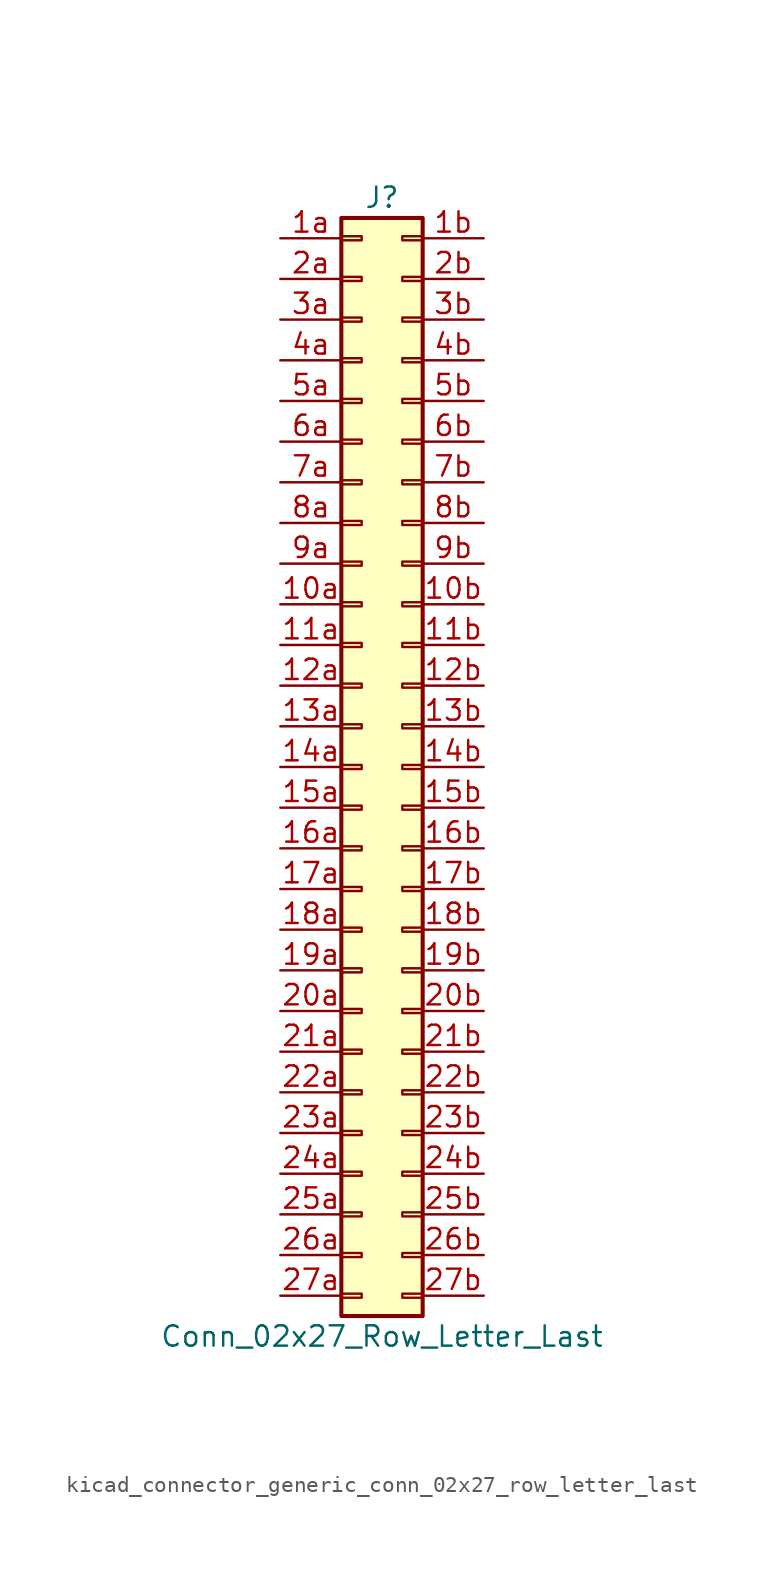
<source format=kicad_sym>
(kicad_symbol_lib
  (version 20220914)
  (generator kicad_symbol_editor)
  (symbol "kicad_connector_generic_conn_02x27_row_letter_last"
    (pin_names
      (offset 1.016) hide)
    (property "Reference" "J"
      (at 1.27 35.56 0)
      (effects (font (size 1.27 1.27))))
    (property "Value" "Conn_02x27_Row_Letter_Last"
      (at 1.27 -35.56 0)
      (effects (font (size 1.27 1.27))))
    (symbol "kicad_connector_generic_conn_02x27_row_letter_last_1_1"
      (rectangle (start -1.27 -32.893) (end 0 -33.147) (stroke (width 0.152) (type default)) (fill (type none)))
      (rectangle (start -1.27 -30.353) (end 0 -30.607) (stroke (width 0.152) (type default)) (fill (type none)))
      (rectangle (start -1.27 -27.813) (end 0 -28.067) (stroke (width 0.152) (type default)) (fill (type none)))
      (rectangle (start -1.27 -25.273) (end 0 -25.527) (stroke (width 0.152) (type default)) (fill (type none)))
      (rectangle (start -1.27 -22.733) (end 0 -22.987) (stroke (width 0.152) (type default)) (fill (type none)))
      (rectangle (start -1.27 -20.193) (end 0 -20.447) (stroke (width 0.152) (type default)) (fill (type none)))
      (rectangle (start -1.27 -17.653) (end 0 -17.907) (stroke (width 0.152) (type default)) (fill (type none)))
      (rectangle (start -1.27 -15.113) (end 0 -15.367) (stroke (width 0.152) (type default)) (fill (type none)))
      (rectangle (start -1.27 -12.573) (end 0 -12.827) (stroke (width 0.152) (type default)) (fill (type none)))
      (rectangle (start -1.27 -10.033) (end 0 -10.287) (stroke (width 0.152) (type default)) (fill (type none)))
      (rectangle (start -1.27 -7.493) (end 0 -7.747) (stroke (width 0.152) (type default)) (fill (type none)))
      (rectangle (start -1.27 -4.953) (end 0 -5.207) (stroke (width 0.152) (type default)) (fill (type none)))
      (rectangle (start -1.27 -2.413) (end 0 -2.667) (stroke (width 0.152) (type default)) (fill (type none)))
      (rectangle (start -1.27 0.127) (end 0 -0.127) (stroke (width 0.152) (type default)) (fill (type none)))
      (rectangle (start -1.27 2.667) (end 0 2.413) (stroke (width 0.152) (type default)) (fill (type none)))
      (rectangle (start -1.27 5.207) (end 0 4.953) (stroke (width 0.152) (type default)) (fill (type none)))
      (rectangle (start -1.27 7.747) (end 0 7.493) (stroke (width 0.152) (type default)) (fill (type none)))
      (rectangle (start -1.27 10.287) (end 0 10.033) (stroke (width 0.152) (type default)) (fill (type none)))
      (rectangle (start -1.27 12.827) (end 0 12.573) (stroke (width 0.152) (type default)) (fill (type none)))
      (rectangle (start -1.27 15.367) (end 0 15.113) (stroke (width 0.152) (type default)) (fill (type none)))
      (rectangle (start -1.27 17.907) (end 0 17.653) (stroke (width 0.152) (type default)) (fill (type none)))
      (rectangle (start -1.27 20.447) (end 0 20.193) (stroke (width 0.152) (type default)) (fill (type none)))
      (rectangle (start -1.27 22.987) (end 0 22.733) (stroke (width 0.152) (type default)) (fill (type none)))
      (rectangle (start -1.27 25.527) (end 0 25.273) (stroke (width 0.152) (type default)) (fill (type none)))
      (rectangle (start -1.27 28.067) (end 0 27.813) (stroke (width 0.152) (type default)) (fill (type none)))
      (rectangle (start -1.27 30.607) (end 0 30.353) (stroke (width 0.152) (type default)) (fill (type none)))
      (rectangle (start -1.27 33.147) (end 0 32.893) (stroke (width 0.152) (type default)) (fill (type none)))
      (rectangle (start -1.27 34.29) (end 3.81 -34.29) (stroke (width 0.254) (type default)) (fill (type background)))
      (rectangle (start 3.81 -32.893) (end 2.54 -33.147) (stroke (width 0.152) (type default)) (fill (type none)))
      (rectangle (start 3.81 -30.353) (end 2.54 -30.607) (stroke (width 0.152) (type default)) (fill (type none)))
      (rectangle (start 3.81 -27.813) (end 2.54 -28.067) (stroke (width 0.152) (type default)) (fill (type none)))
      (rectangle (start 3.81 -25.273) (end 2.54 -25.527) (stroke (width 0.152) (type default)) (fill (type none)))
      (rectangle (start 3.81 -22.733) (end 2.54 -22.987) (stroke (width 0.152) (type default)) (fill (type none)))
      (rectangle (start 3.81 -20.193) (end 2.54 -20.447) (stroke (width 0.152) (type default)) (fill (type none)))
      (rectangle (start 3.81 -17.653) (end 2.54 -17.907) (stroke (width 0.152) (type default)) (fill (type none)))
      (rectangle (start 3.81 -15.113) (end 2.54 -15.367) (stroke (width 0.152) (type default)) (fill (type none)))
      (rectangle (start 3.81 -12.573) (end 2.54 -12.827) (stroke (width 0.152) (type default)) (fill (type none)))
      (rectangle (start 3.81 -10.033) (end 2.54 -10.287) (stroke (width 0.152) (type default)) (fill (type none)))
      (rectangle (start 3.81 -7.493) (end 2.54 -7.747) (stroke (width 0.152) (type default)) (fill (type none)))
      (rectangle (start 3.81 -4.953) (end 2.54 -5.207) (stroke (width 0.152) (type default)) (fill (type none)))
      (rectangle (start 3.81 -2.413) (end 2.54 -2.667) (stroke (width 0.152) (type default)) (fill (type none)))
      (rectangle (start 3.81 0.127) (end 2.54 -0.127) (stroke (width 0.152) (type default)) (fill (type none)))
      (rectangle (start 3.81 2.667) (end 2.54 2.413) (stroke (width 0.152) (type default)) (fill (type none)))
      (rectangle (start 3.81 5.207) (end 2.54 4.953) (stroke (width 0.152) (type default)) (fill (type none)))
      (rectangle (start 3.81 7.747) (end 2.54 7.493) (stroke (width 0.152) (type default)) (fill (type none)))
      (rectangle (start 3.81 10.287) (end 2.54 10.033) (stroke (width 0.152) (type default)) (fill (type none)))
      (rectangle (start 3.81 12.827) (end 2.54 12.573) (stroke (width 0.152) (type default)) (fill (type none)))
      (rectangle (start 3.81 15.367) (end 2.54 15.113) (stroke (width 0.152) (type default)) (fill (type none)))
      (rectangle (start 3.81 17.907) (end 2.54 17.653) (stroke (width 0.152) (type default)) (fill (type none)))
      (rectangle (start 3.81 20.447) (end 2.54 20.193) (stroke (width 0.152) (type default)) (fill (type none)))
      (rectangle (start 3.81 22.987) (end 2.54 22.733) (stroke (width 0.152) (type default)) (fill (type none)))
      (rectangle (start 3.81 25.527) (end 2.54 25.273) (stroke (width 0.152) (type default)) (fill (type none)))
      (rectangle (start 3.81 28.067) (end 2.54 27.813) (stroke (width 0.152) (type default)) (fill (type none)))
      (rectangle (start 3.81 30.607) (end 2.54 30.353) (stroke (width 0.152) (type default)) (fill (type none)))
      (rectangle (start 3.81 33.147) (end 2.54 32.893) (stroke (width 0.152) (type default)) (fill (type none)))
      (pin passive line (at -5.08 10.16 0) (length 3.81) (name "Pin_10a" (effects (font (size 1.27 1.27)))) (number "10a" (effects (font (size 1.27 1.27)))))
      (pin passive line (at 7.62 10.16 180) (length 3.81) (name "Pin_10b" (effects (font (size 1.27 1.27)))) (number "10b" (effects (font (size 1.27 1.27)))))
      (pin passive line (at -5.08 7.62 0) (length 3.81) (name "Pin_11a" (effects (font (size 1.27 1.27)))) (number "11a" (effects (font (size 1.27 1.27)))))
      (pin passive line (at 7.62 7.62 180) (length 3.81) (name "Pin_11b" (effects (font (size 1.27 1.27)))) (number "11b" (effects (font (size 1.27 1.27)))))
      (pin passive line (at -5.08 5.08 0) (length 3.81) (name "Pin_12a" (effects (font (size 1.27 1.27)))) (number "12a" (effects (font (size 1.27 1.27)))))
      (pin passive line (at 7.62 5.08 180) (length 3.81) (name "Pin_12b" (effects (font (size 1.27 1.27)))) (number "12b" (effects (font (size 1.27 1.27)))))
      (pin passive line (at -5.08 2.54 0) (length 3.81) (name "Pin_13a" (effects (font (size 1.27 1.27)))) (number "13a" (effects (font (size 1.27 1.27)))))
      (pin passive line (at 7.62 2.54 180) (length 3.81) (name "Pin_13b" (effects (font (size 1.27 1.27)))) (number "13b" (effects (font (size 1.27 1.27)))))
      (pin passive line (at -5.08 0 0) (length 3.81) (name "Pin_14a" (effects (font (size 1.27 1.27)))) (number "14a" (effects (font (size 1.27 1.27)))))
      (pin passive line (at 7.62 0 180) (length 3.81) (name "Pin_14b" (effects (font (size 1.27 1.27)))) (number "14b" (effects (font (size 1.27 1.27)))))
      (pin passive line (at -5.08 -2.54 0) (length 3.81) (name "Pin_15a" (effects (font (size 1.27 1.27)))) (number "15a" (effects (font (size 1.27 1.27)))))
      (pin passive line (at 7.62 -2.54 180) (length 3.81) (name "Pin_15b" (effects (font (size 1.27 1.27)))) (number "15b" (effects (font (size 1.27 1.27)))))
      (pin passive line (at -5.08 -5.08 0) (length 3.81) (name "Pin_16a" (effects (font (size 1.27 1.27)))) (number "16a" (effects (font (size 1.27 1.27)))))
      (pin passive line (at 7.62 -5.08 180) (length 3.81) (name "Pin_16b" (effects (font (size 1.27 1.27)))) (number "16b" (effects (font (size 1.27 1.27)))))
      (pin passive line (at -5.08 -7.62 0) (length 3.81) (name "Pin_17a" (effects (font (size 1.27 1.27)))) (number "17a" (effects (font (size 1.27 1.27)))))
      (pin passive line (at 7.62 -7.62 180) (length 3.81) (name "Pin_17b" (effects (font (size 1.27 1.27)))) (number "17b" (effects (font (size 1.27 1.27)))))
      (pin passive line (at -5.08 -10.16 0) (length 3.81) (name "Pin_18a" (effects (font (size 1.27 1.27)))) (number "18a" (effects (font (size 1.27 1.27)))))
      (pin passive line (at 7.62 -10.16 180) (length 3.81) (name "Pin_18b" (effects (font (size 1.27 1.27)))) (number "18b" (effects (font (size 1.27 1.27)))))
      (pin passive line (at -5.08 -12.7 0) (length 3.81) (name "Pin_19a" (effects (font (size 1.27 1.27)))) (number "19a" (effects (font (size 1.27 1.27)))))
      (pin passive line (at 7.62 -12.7 180) (length 3.81) (name "Pin_19b" (effects (font (size 1.27 1.27)))) (number "19b" (effects (font (size 1.27 1.27)))))
      (pin passive line (at -5.08 33.02 0) (length 3.81) (name "Pin_1a" (effects (font (size 1.27 1.27)))) (number "1a" (effects (font (size 1.27 1.27)))))
      (pin passive line (at 7.62 33.02 180) (length 3.81) (name "Pin_1b" (effects (font (size 1.27 1.27)))) (number "1b" (effects (font (size 1.27 1.27)))))
      (pin passive line (at -5.08 -15.24 0) (length 3.81) (name "Pin_20a" (effects (font (size 1.27 1.27)))) (number "20a" (effects (font (size 1.27 1.27)))))
      (pin passive line (at 7.62 -15.24 180) (length 3.81) (name "Pin_20b" (effects (font (size 1.27 1.27)))) (number "20b" (effects (font (size 1.27 1.27)))))
      (pin passive line (at -5.08 -17.78 0) (length 3.81) (name "Pin_21a" (effects (font (size 1.27 1.27)))) (number "21a" (effects (font (size 1.27 1.27)))))
      (pin passive line (at 7.62 -17.78 180) (length 3.81) (name "Pin_21b" (effects (font (size 1.27 1.27)))) (number "21b" (effects (font (size 1.27 1.27)))))
      (pin passive line (at -5.08 -20.32 0) (length 3.81) (name "Pin_22a" (effects (font (size 1.27 1.27)))) (number "22a" (effects (font (size 1.27 1.27)))))
      (pin passive line (at 7.62 -20.32 180) (length 3.81) (name "Pin_22b" (effects (font (size 1.27 1.27)))) (number "22b" (effects (font (size 1.27 1.27)))))
      (pin passive line (at -5.08 -22.86 0) (length 3.81) (name "Pin_23a" (effects (font (size 1.27 1.27)))) (number "23a" (effects (font (size 1.27 1.27)))))
      (pin passive line (at 7.62 -22.86 180) (length 3.81) (name "Pin_23b" (effects (font (size 1.27 1.27)))) (number "23b" (effects (font (size 1.27 1.27)))))
      (pin passive line (at -5.08 -25.4 0) (length 3.81) (name "Pin_24a" (effects (font (size 1.27 1.27)))) (number "24a" (effects (font (size 1.27 1.27)))))
      (pin passive line (at 7.62 -25.4 180) (length 3.81) (name "Pin_24b" (effects (font (size 1.27 1.27)))) (number "24b" (effects (font (size 1.27 1.27)))))
      (pin passive line (at -5.08 -27.94 0) (length 3.81) (name "Pin_25a" (effects (font (size 1.27 1.27)))) (number "25a" (effects (font (size 1.27 1.27)))))
      (pin passive line (at 7.62 -27.94 180) (length 3.81) (name "Pin_25b" (effects (font (size 1.27 1.27)))) (number "25b" (effects (font (size 1.27 1.27)))))
      (pin passive line (at -5.08 -30.48 0) (length 3.81) (name "Pin_26a" (effects (font (size 1.27 1.27)))) (number "26a" (effects (font (size 1.27 1.27)))))
      (pin passive line (at 7.62 -30.48 180) (length 3.81) (name "Pin_26b" (effects (font (size 1.27 1.27)))) (number "26b" (effects (font (size 1.27 1.27)))))
      (pin passive line (at -5.08 -33.02 0) (length 3.81) (name "Pin_27a" (effects (font (size 1.27 1.27)))) (number "27a" (effects (font (size 1.27 1.27)))))
      (pin passive line (at 7.62 -33.02 180) (length 3.81) (name "Pin_27b" (effects (font (size 1.27 1.27)))) (number "27b" (effects (font (size 1.27 1.27)))))
      (pin passive line (at -5.08 30.48 0) (length 3.81) (name "Pin_2a" (effects (font (size 1.27 1.27)))) (number "2a" (effects (font (size 1.27 1.27)))))
      (pin passive line (at 7.62 30.48 180) (length 3.81) (name "Pin_2b" (effects (font (size 1.27 1.27)))) (number "2b" (effects (font (size 1.27 1.27)))))
      (pin passive line (at -5.08 27.94 0) (length 3.81) (name "Pin_3a" (effects (font (size 1.27 1.27)))) (number "3a" (effects (font (size 1.27 1.27)))))
      (pin passive line (at 7.62 27.94 180) (length 3.81) (name "Pin_3b" (effects (font (size 1.27 1.27)))) (number "3b" (effects (font (size 1.27 1.27)))))
      (pin passive line (at -5.08 25.4 0) (length 3.81) (name "Pin_4a" (effects (font (size 1.27 1.27)))) (number "4a" (effects (font (size 1.27 1.27)))))
      (pin passive line (at 7.62 25.4 180) (length 3.81) (name "Pin_4b" (effects (font (size 1.27 1.27)))) (number "4b" (effects (font (size 1.27 1.27)))))
      (pin passive line (at -5.08 22.86 0) (length 3.81) (name "Pin_5a" (effects (font (size 1.27 1.27)))) (number "5a" (effects (font (size 1.27 1.27)))))
      (pin passive line (at 7.62 22.86 180) (length 3.81) (name "Pin_5b" (effects (font (size 1.27 1.27)))) (number "5b" (effects (font (size 1.27 1.27)))))
      (pin passive line (at -5.08 20.32 0) (length 3.81) (name "Pin_6a" (effects (font (size 1.27 1.27)))) (number "6a" (effects (font (size 1.27 1.27)))))
      (pin passive line (at 7.62 20.32 180) (length 3.81) (name "Pin_6b" (effects (font (size 1.27 1.27)))) (number "6b" (effects (font (size 1.27 1.27)))))
      (pin passive line (at -5.08 17.78 0) (length 3.81) (name "Pin_7a" (effects (font (size 1.27 1.27)))) (number "7a" (effects (font (size 1.27 1.27)))))
      (pin passive line (at 7.62 17.78 180) (length 3.81) (name "Pin_7b" (effects (font (size 1.27 1.27)))) (number "7b" (effects (font (size 1.27 1.27)))))
      (pin passive line (at -5.08 15.24 0) (length 3.81) (name "Pin_8a" (effects (font (size 1.27 1.27)))) (number "8a" (effects (font (size 1.27 1.27)))))
      (pin passive line (at 7.62 15.24 180) (length 3.81) (name "Pin_8b" (effects (font (size 1.27 1.27)))) (number "8b" (effects (font (size 1.27 1.27)))))
      (pin passive line (at -5.08 12.7 0) (length 3.81) (name "Pin_9a" (effects (font (size 1.27 1.27)))) (number "9a" (effects (font (size 1.27 1.27)))))
      (pin passive line (at 7.62 12.7 180) (length 3.81) (name "Pin_9b" (effects (font (size 1.27 1.27)))) (number "9b" (effects (font (size 1.27 1.27))))))))
</source>
